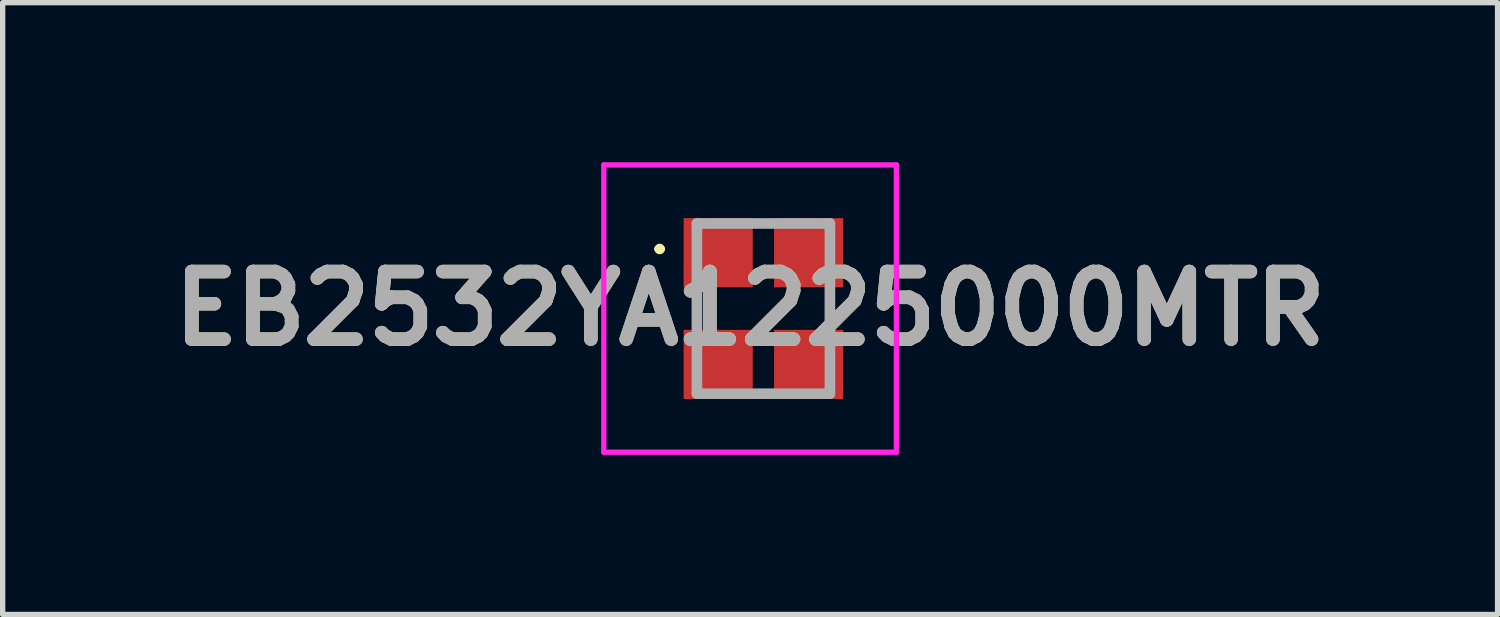
<source format=kicad_pcb>
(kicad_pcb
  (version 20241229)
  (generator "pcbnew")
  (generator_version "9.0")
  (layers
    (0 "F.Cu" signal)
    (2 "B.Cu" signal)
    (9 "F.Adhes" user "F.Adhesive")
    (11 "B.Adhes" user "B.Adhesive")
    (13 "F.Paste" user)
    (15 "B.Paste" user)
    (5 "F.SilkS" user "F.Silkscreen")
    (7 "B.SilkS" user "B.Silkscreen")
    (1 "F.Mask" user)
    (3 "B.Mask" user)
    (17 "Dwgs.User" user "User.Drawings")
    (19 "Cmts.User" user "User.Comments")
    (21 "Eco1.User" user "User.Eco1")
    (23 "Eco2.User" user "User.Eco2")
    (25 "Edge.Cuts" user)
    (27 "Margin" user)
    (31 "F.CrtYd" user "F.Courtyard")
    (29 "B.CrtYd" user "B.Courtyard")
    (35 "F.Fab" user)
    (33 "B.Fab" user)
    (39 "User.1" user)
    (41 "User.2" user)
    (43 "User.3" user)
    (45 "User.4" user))
  (footprint "EB2532YA1225000MTR"
    (layer "F.Cu")
    (at 11.299 2.75)
    (property "Reference" "EB2532YA1225000MTR" (at -0.25 0 0) (layer "F.SilkS") (effects (font (size 1.27 1.27) (thickness 0.254))))
    (attr smd)
    (fp_line (start -2 -1.12) (end -2 -1.12) (stroke (width 0.1) (type solid)) (layer "F.SilkS"))
    (fp_line (start -1.9 -1.12) (end -1.9 -1.12) (stroke (width 0.1) (type solid)) (layer "F.SilkS"))
    (fp_line (start -1.25 0.1) (end -1.25 -0.2) (stroke (width 0.1) (type solid)) (layer "F.SilkS"))
    (fp_line (start 1.25 0.05) (end 1.25 -0.2) (stroke (width 0.1) (type solid)) (layer "F.SilkS"))
    (fp_arc (start -2 -1.12) (mid -1.95 -1.17) (end -1.9 -1.12) (stroke (width 0.1) (type solid)) (layer "F.SilkS"))
    (fp_arc (start -1.9 -1.12) (mid -1.95 -1.07) (end -2 -1.12) (stroke (width 0.1) (type solid)) (layer "F.SilkS"))
    (fp_line (start -3 -2.7) (end -3 2.7) (stroke (width 0.1) (type solid)) (layer "F.CrtYd"))
    (fp_line (start -3 2.7) (end 2.5 2.7) (stroke (width 0.1) (type solid)) (layer "F.CrtYd"))
    (fp_line (start 2.5 -2.7) (end -3 -2.7) (stroke (width 0.1) (type solid)) (layer "F.CrtYd"))
    (fp_line (start 2.5 2.7) (end 2.5 -2.7) (stroke (width 0.1) (type solid)) (layer "F.CrtYd"))
    (fp_line (start -1.25 -1.6) (end -1.25 1.6) (stroke (width 0.2) (type solid)) (layer "F.Fab"))
    (fp_line (start -1.25 1.6) (end 1.25 1.6) (stroke (width 0.2) (type solid)) (layer "F.Fab"))
    (fp_line (start 1.25 -1.6) (end -1.25 -1.6) (stroke (width 0.2) (type solid)) (layer "F.Fab"))
    (fp_line (start 1.25 1.6) (end 1.25 -1.6) (stroke (width 0.2) (type solid)) (layer "F.Fab"))
    (fp_text user "${REFERENCE}" (at -0.25 0 0) (layer "F.Fab") (effects (font (size 1.27 1.27) (thickness 0.254))))
    (pad "1" smd rect (at -0.85 -1.05) (size 1.3 1.3) (layers "F.Cu" "F.Mask" "F.Paste"))
    (pad "2" smd rect (at -0.85 1.05) (size 1.3 1.3) (layers "F.Cu" "F.Mask" "F.Paste"))
    (pad "3" smd rect (at 0.85 1.05) (size 1.3 1.3) (layers "F.Cu" "F.Mask" "F.Paste"))
    (pad "4" smd rect (at 0.85 -1.05) (size 1.3 1.3) (layers "F.Cu" "F.Mask" "F.Paste")))
  (gr_rect
    (start -3 -3)
    (end 25.098 8.5)
    (stroke (width 0.1) (type default))
    (fill no)
    (layer "Edge.Cuts")))
</source>
